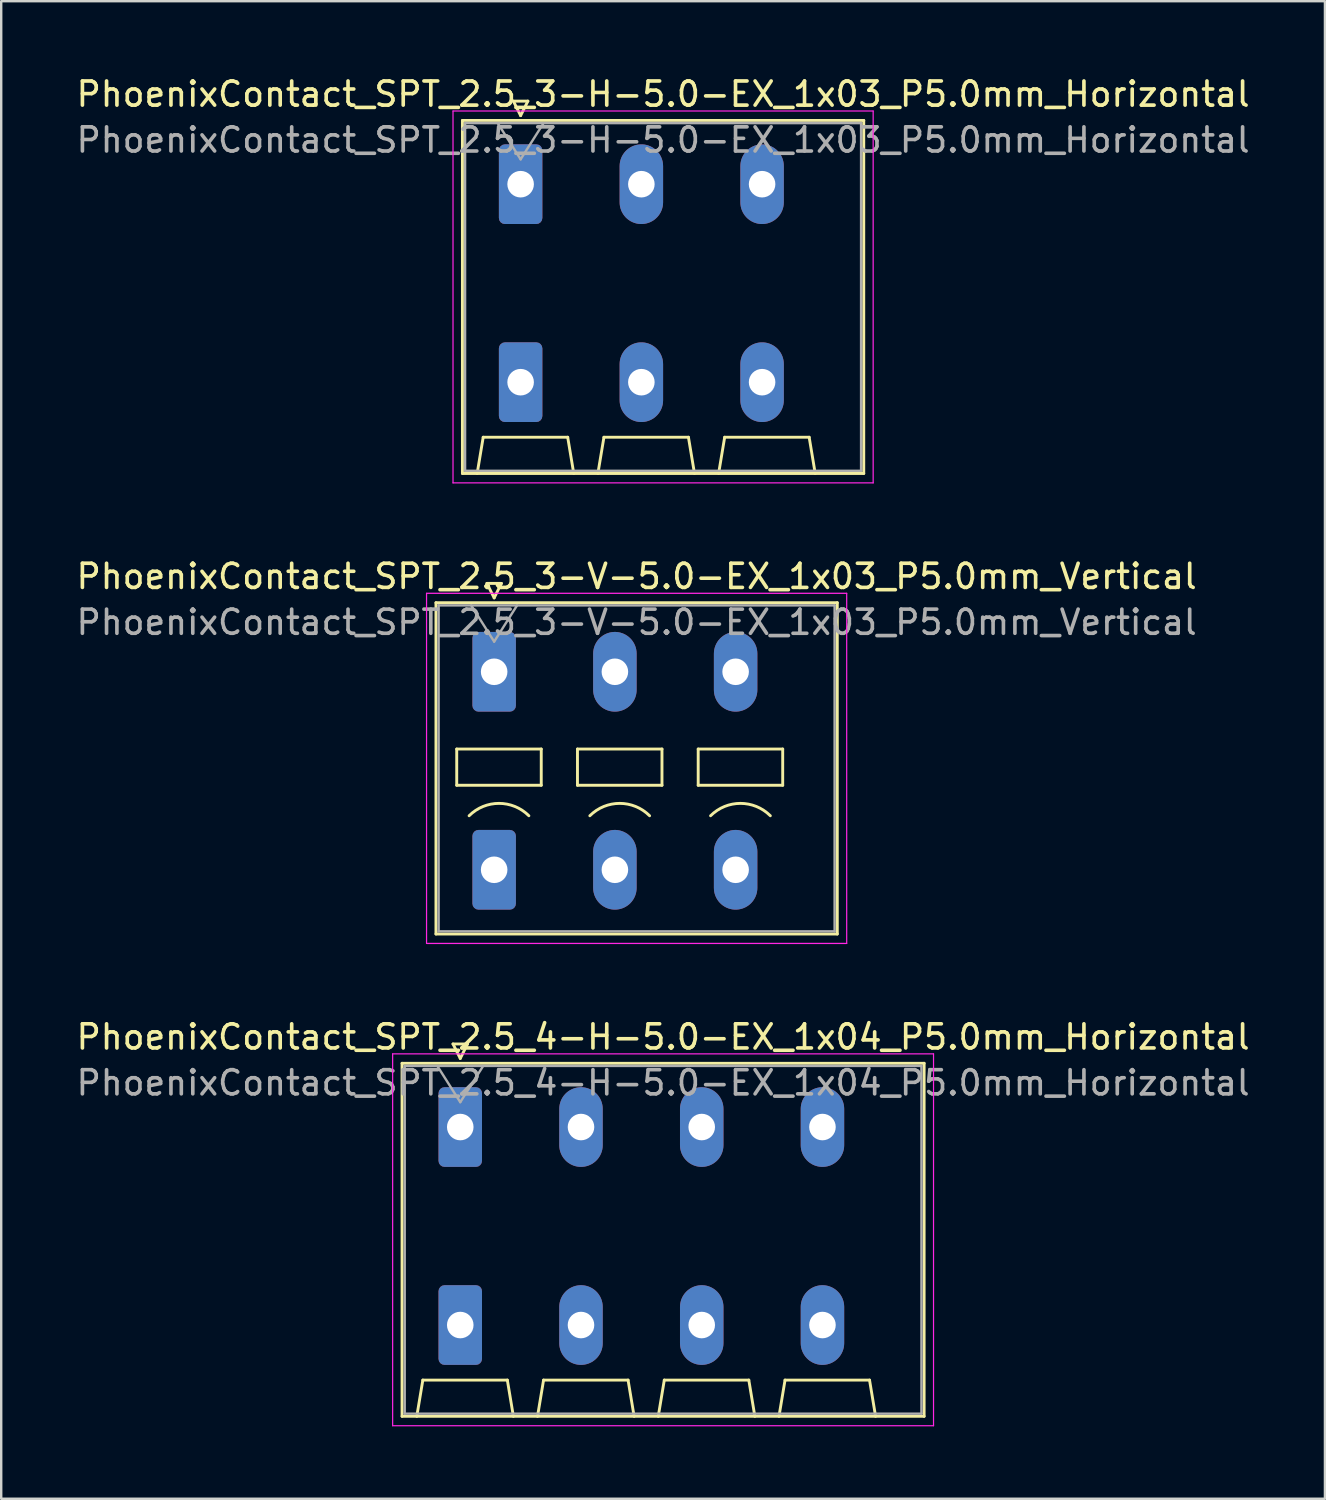
<source format=kicad_pcb>
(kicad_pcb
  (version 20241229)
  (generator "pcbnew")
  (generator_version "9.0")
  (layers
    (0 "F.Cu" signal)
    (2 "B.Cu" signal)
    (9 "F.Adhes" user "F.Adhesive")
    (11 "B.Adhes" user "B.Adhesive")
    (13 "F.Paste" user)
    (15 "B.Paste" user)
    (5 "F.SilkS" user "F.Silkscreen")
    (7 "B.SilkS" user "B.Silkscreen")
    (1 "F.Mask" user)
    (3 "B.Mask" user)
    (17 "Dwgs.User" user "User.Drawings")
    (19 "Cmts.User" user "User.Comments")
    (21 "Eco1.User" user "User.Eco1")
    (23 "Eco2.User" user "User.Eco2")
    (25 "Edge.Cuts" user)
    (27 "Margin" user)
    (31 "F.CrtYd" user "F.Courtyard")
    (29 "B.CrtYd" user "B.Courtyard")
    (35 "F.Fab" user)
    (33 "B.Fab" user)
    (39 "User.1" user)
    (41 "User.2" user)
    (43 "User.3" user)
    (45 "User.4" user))
  (footprint "PhoenixContact_SPT_2.5_4-H-5.0-EX_1x04_P5.0mm_Horizontal"
    (layer "F.Cu")
    (at 16.011 43.625)
    (property "Reference" "PhoenixContact_SPT_2.5_4-H-5.0-EX_1x04_P5.0mm_Horizontal" (at 8.4 -3.73 0) (layer "F.SilkS") (effects (font (size 1 1) (thickness 0.15))))
    (attr through_hole)
    (fp_line (start -2.41 -2.64) (end 19.21 -2.64) (stroke (width 0.12) (type solid)) (layer "F.SilkS"))
    (fp_line (start -2.41 11.98) (end -2.41 -2.64) (stroke (width 0.12) (type solid)) (layer "F.SilkS"))
    (fp_line (start -1.8 11.98) (end -1.55 10.48) (stroke (width 0.12) (type solid)) (layer "F.SilkS"))
    (fp_line (start -1.55 10.48) (end 1.95 10.48) (stroke (width 0.12) (type solid)) (layer "F.SilkS"))
    (fp_line (start -0.3 -3.44) (end 0 -2.84) (stroke (width 0.12) (type solid)) (layer "F.SilkS"))
    (fp_line (start -0.3 -3.44) (end 0.3 -3.44) (stroke (width 0.12) (type solid)) (layer "F.SilkS"))
    (fp_line (start 0.3 -3.44) (end 0 -2.84) (stroke (width 0.12) (type solid)) (layer "F.SilkS"))
    (fp_line (start 2.2 11.98) (end 1.95 10.48) (stroke (width 0.12) (type solid)) (layer "F.SilkS"))
    (fp_line (start 3.2 11.98) (end 3.45 10.48) (stroke (width 0.12) (type solid)) (layer "F.SilkS"))
    (fp_line (start 3.45 10.48) (end 6.95 10.48) (stroke (width 0.12) (type solid)) (layer "F.SilkS"))
    (fp_line (start 7.2 11.98) (end 6.95 10.48) (stroke (width 0.12) (type solid)) (layer "F.SilkS"))
    (fp_line (start 8.2 11.98) (end 8.45 10.48) (stroke (width 0.12) (type solid)) (layer "F.SilkS"))
    (fp_line (start 8.45 10.48) (end 11.95 10.48) (stroke (width 0.12) (type solid)) (layer "F.SilkS"))
    (fp_line (start 12.2 11.98) (end 11.95 10.48) (stroke (width 0.12) (type solid)) (layer "F.SilkS"))
    (fp_line (start 13.2 11.98) (end 13.45 10.48) (stroke (width 0.12) (type solid)) (layer "F.SilkS"))
    (fp_line (start 13.45 10.48) (end 16.95 10.48) (stroke (width 0.12) (type solid)) (layer "F.SilkS"))
    (fp_line (start 17.2 11.98) (end 16.95 10.48) (stroke (width 0.12) (type solid)) (layer "F.SilkS"))
    (fp_line (start 19.21 -2.64) (end 19.21 11.98) (stroke (width 0.12) (type solid)) (layer "F.SilkS"))
    (fp_line (start 19.21 11.98) (end -2.41 11.98) (stroke (width 0.12) (type solid)) (layer "F.SilkS"))
    (fp_line (start -2.8 -3.03) (end -2.8 12.37) (stroke (width 0.05) (type solid)) (layer "F.CrtYd"))
    (fp_line (start -2.8 12.37) (end 19.6 12.37) (stroke (width 0.05) (type solid)) (layer "F.CrtYd"))
    (fp_line (start 19.6 -3.03) (end -2.8 -3.03) (stroke (width 0.05) (type solid)) (layer "F.CrtYd"))
    (fp_line (start 19.6 12.37) (end 19.6 -3.03) (stroke (width 0.05) (type solid)) (layer "F.CrtYd"))
    (fp_line (start -2.3 -2.53) (end -2.3 11.87) (stroke (width 0.1) (type solid)) (layer "F.Fab"))
    (fp_line (start -2.3 11.87) (end 19.1 11.87) (stroke (width 0.1) (type solid)) (layer "F.Fab"))
    (fp_line (start -0.95 -2.53) (end 0 -1.03) (stroke (width 0.1) (type solid)) (layer "F.Fab"))
    (fp_line (start 0.95 -2.53) (end 0 -1.03) (stroke (width 0.1) (type solid)) (layer "F.Fab"))
    (fp_line (start 19.1 -2.53) (end -2.3 -2.53) (stroke (width 0.1) (type solid)) (layer "F.Fab"))
    (fp_line (start 19.1 11.87) (end 19.1 -2.53) (stroke (width 0.1) (type solid)) (layer "F.Fab"))
    (fp_text user "${REFERENCE}" (at 8.4 -1.83 0) (layer "F.Fab") (effects (font (size 1 1) (thickness 0.15))))
    (pad "1" thru_hole roundrect (at 0 0) (size 1.8 3.3) (drill 1.1) (layers "*.Cu" "*.Mask") (roundrect_rratio 0.139))
    (pad "1" thru_hole roundrect (at 0 8.2) (size 1.8 3.3) (drill 1.1) (layers "*.Cu" "*.Mask") (roundrect_rratio 0.139))
    (pad "2" thru_hole oval (at 5 0) (size 1.8 3.3) (drill 1.1) (layers "*.Cu" "*.Mask"))
    (pad "2" thru_hole oval (at 5 8.2) (size 1.8 3.3) (drill 1.1) (layers "*.Cu" "*.Mask"))
    (pad "3" thru_hole oval (at 10 0) (size 1.8 3.3) (drill 1.1) (layers "*.Cu" "*.Mask"))
    (pad "3" thru_hole oval (at 10 8.2) (size 1.8 3.3) (drill 1.1) (layers "*.Cu" "*.Mask"))
    (pad "4" thru_hole oval (at 15 0) (size 1.8 3.3) (drill 1.1) (layers "*.Cu" "*.Mask"))
    (pad "4" thru_hole oval (at 15 8.2) (size 1.8 3.3) (drill 1.1) (layers "*.Cu" "*.Mask")))
  (footprint "PhoenixContact_SPT_2.5_3-H-5.0-EX_1x03_P5.0mm_Horizontal"
    (layer "F.Cu")
    (at 18.511 4.578)
    (property "Reference" "PhoenixContact_SPT_2.5_3-H-5.0-EX_1x03_P5.0mm_Horizontal" (at 5.9 -3.73 0) (layer "F.SilkS") (effects (font (size 1 1) (thickness 0.15))))
    (attr through_hole)
    (fp_line (start -2.41 -2.64) (end 14.21 -2.64) (stroke (width 0.12) (type solid)) (layer "F.SilkS"))
    (fp_line (start -2.41 11.98) (end -2.41 -2.64) (stroke (width 0.12) (type solid)) (layer "F.SilkS"))
    (fp_line (start -1.8 11.98) (end -1.55 10.48) (stroke (width 0.12) (type solid)) (layer "F.SilkS"))
    (fp_line (start -1.55 10.48) (end 1.95 10.48) (stroke (width 0.12) (type solid)) (layer "F.SilkS"))
    (fp_line (start -0.3 -3.44) (end 0 -2.84) (stroke (width 0.12) (type solid)) (layer "F.SilkS"))
    (fp_line (start -0.3 -3.44) (end 0.3 -3.44) (stroke (width 0.12) (type solid)) (layer "F.SilkS"))
    (fp_line (start 0.3 -3.44) (end 0 -2.84) (stroke (width 0.12) (type solid)) (layer "F.SilkS"))
    (fp_line (start 2.2 11.98) (end 1.95 10.48) (stroke (width 0.12) (type solid)) (layer "F.SilkS"))
    (fp_line (start 3.2 11.98) (end 3.45 10.48) (stroke (width 0.12) (type solid)) (layer "F.SilkS"))
    (fp_line (start 3.45 10.48) (end 6.95 10.48) (stroke (width 0.12) (type solid)) (layer "F.SilkS"))
    (fp_line (start 7.2 11.98) (end 6.95 10.48) (stroke (width 0.12) (type solid)) (layer "F.SilkS"))
    (fp_line (start 8.2 11.98) (end 8.45 10.48) (stroke (width 0.12) (type solid)) (layer "F.SilkS"))
    (fp_line (start 8.45 10.48) (end 11.95 10.48) (stroke (width 0.12) (type solid)) (layer "F.SilkS"))
    (fp_line (start 12.2 11.98) (end 11.95 10.48) (stroke (width 0.12) (type solid)) (layer "F.SilkS"))
    (fp_line (start 14.21 -2.64) (end 14.21 11.98) (stroke (width 0.12) (type solid)) (layer "F.SilkS"))
    (fp_line (start 14.21 11.98) (end -2.41 11.98) (stroke (width 0.12) (type solid)) (layer "F.SilkS"))
    (fp_line (start -2.8 -3.03) (end -2.8 12.37) (stroke (width 0.05) (type solid)) (layer "F.CrtYd"))
    (fp_line (start -2.8 12.37) (end 14.6 12.37) (stroke (width 0.05) (type solid)) (layer "F.CrtYd"))
    (fp_line (start 14.6 -3.03) (end -2.8 -3.03) (stroke (width 0.05) (type solid)) (layer "F.CrtYd"))
    (fp_line (start 14.6 12.37) (end 14.6 -3.03) (stroke (width 0.05) (type solid)) (layer "F.CrtYd"))
    (fp_line (start -2.3 -2.53) (end -2.3 11.87) (stroke (width 0.1) (type solid)) (layer "F.Fab"))
    (fp_line (start -2.3 11.87) (end 14.1 11.87) (stroke (width 0.1) (type solid)) (layer "F.Fab"))
    (fp_line (start -0.95 -2.53) (end 0 -1.03) (stroke (width 0.1) (type solid)) (layer "F.Fab"))
    (fp_line (start 0.95 -2.53) (end 0 -1.03) (stroke (width 0.1) (type solid)) (layer "F.Fab"))
    (fp_line (start 14.1 -2.53) (end -2.3 -2.53) (stroke (width 0.1) (type solid)) (layer "F.Fab"))
    (fp_line (start 14.1 11.87) (end 14.1 -2.53) (stroke (width 0.1) (type solid)) (layer "F.Fab"))
    (fp_text user "${REFERENCE}" (at 5.9 -1.83 0) (layer "F.Fab") (effects (font (size 1 1) (thickness 0.15))))
    (pad "1" thru_hole roundrect (at 0 0) (size 1.8 3.3) (drill 1.1) (layers "*.Cu" "*.Mask") (roundrect_rratio 0.139))
    (pad "1" thru_hole roundrect (at 0 8.2) (size 1.8 3.3) (drill 1.1) (layers "*.Cu" "*.Mask") (roundrect_rratio 0.139))
    (pad "2" thru_hole oval (at 5 0) (size 1.8 3.3) (drill 1.1) (layers "*.Cu" "*.Mask"))
    (pad "2" thru_hole oval (at 5 8.2) (size 1.8 3.3) (drill 1.1) (layers "*.Cu" "*.Mask"))
    (pad "3" thru_hole oval (at 10 0) (size 1.8 3.3) (drill 1.1) (layers "*.Cu" "*.Mask"))
    (pad "3" thru_hole oval (at 10 8.2) (size 1.8 3.3) (drill 1.1) (layers "*.Cu" "*.Mask")))
  (footprint "PhoenixContact_SPT_2.5_3-V-5.0-EX_1x03_P5.0mm_Vertical"
    (layer "F.Cu")
    (at 17.415 24.771)
    (property "Reference" "PhoenixContact_SPT_2.5_3-V-5.0-EX_1x03_P5.0mm_Vertical" (at 5.9 -3.95 0) (layer "F.SilkS") (effects (font (size 1 1) (thickness 0.15))))
    (attr through_hole)
    (fp_line (start -2.41 -2.86) (end 14.21 -2.86) (stroke (width 0.12) (type solid)) (layer "F.SilkS"))
    (fp_line (start -2.41 10.86) (end -2.41 -2.86) (stroke (width 0.12) (type solid)) (layer "F.SilkS"))
    (fp_line (start -1.55 3.2) (end -1.55 4.7) (stroke (width 0.12) (type solid)) (layer "F.SilkS"))
    (fp_line (start -1.55 4.7) (end 1.95 4.7) (stroke (width 0.12) (type solid)) (layer "F.SilkS"))
    (fp_line (start -0.3 -3.66) (end 0 -3.06) (stroke (width 0.12) (type solid)) (layer "F.SilkS"))
    (fp_line (start -0.3 -3.66) (end 0.3 -3.66) (stroke (width 0.12) (type solid)) (layer "F.SilkS"))
    (fp_line (start 0.3 -3.66) (end 0 -3.06) (stroke (width 0.12) (type solid)) (layer "F.SilkS"))
    (fp_line (start 1.95 3.2) (end -1.55 3.2) (stroke (width 0.12) (type solid)) (layer "F.SilkS"))
    (fp_line (start 1.95 4.7) (end 1.95 3.2) (stroke (width 0.12) (type solid)) (layer "F.SilkS"))
    (fp_line (start 3.45 3.2) (end 3.45 4.7) (stroke (width 0.12) (type solid)) (layer "F.SilkS"))
    (fp_line (start 3.45 4.7) (end 6.95 4.7) (stroke (width 0.12) (type solid)) (layer "F.SilkS"))
    (fp_line (start 6.95 3.2) (end 3.45 3.2) (stroke (width 0.12) (type solid)) (layer "F.SilkS"))
    (fp_line (start 6.95 4.7) (end 6.95 3.2) (stroke (width 0.12) (type solid)) (layer "F.SilkS"))
    (fp_line (start 8.45 3.2) (end 8.45 4.7) (stroke (width 0.12) (type solid)) (layer "F.SilkS"))
    (fp_line (start 8.45 4.7) (end 11.95 4.7) (stroke (width 0.12) (type solid)) (layer "F.SilkS"))
    (fp_line (start 11.95 3.2) (end 8.45 3.2) (stroke (width 0.12) (type solid)) (layer "F.SilkS"))
    (fp_line (start 11.95 4.7) (end 11.95 3.2) (stroke (width 0.12) (type solid)) (layer "F.SilkS"))
    (fp_line (start 14.21 -2.86) (end 14.21 10.86) (stroke (width 0.12) (type solid)) (layer "F.SilkS"))
    (fp_line (start 14.21 10.86) (end -2.41 10.86) (stroke (width 0.12) (type solid)) (layer "F.SilkS"))
    (fp_arc (start -1.037437 5.962563) (mid 0.2 5.45) (end 1.437437 5.962563) (stroke (width 0.12) (type solid)) (layer "F.SilkS"))
    (fp_arc (start 3.962563 5.962563) (mid 5.2 5.45) (end 6.437437 5.962563) (stroke (width 0.12) (type solid)) (layer "F.SilkS"))
    (fp_arc (start 8.962563 5.962563) (mid 10.2 5.45) (end 11.437437 5.962563) (stroke (width 0.12) (type solid)) (layer "F.SilkS"))
    (fp_line (start -2.8 -3.25) (end -2.8 11.25) (stroke (width 0.05) (type solid)) (layer "F.CrtYd"))
    (fp_line (start -2.8 11.25) (end 14.6 11.25) (stroke (width 0.05) (type solid)) (layer "F.CrtYd"))
    (fp_line (start 14.6 -3.25) (end -2.8 -3.25) (stroke (width 0.05) (type solid)) (layer "F.CrtYd"))
    (fp_line (start 14.6 11.25) (end 14.6 -3.25) (stroke (width 0.05) (type solid)) (layer "F.CrtYd"))
    (fp_line (start -2.3 -2.75) (end -2.3 10.75) (stroke (width 0.1) (type solid)) (layer "F.Fab"))
    (fp_line (start -2.3 10.75) (end 14.1 10.75) (stroke (width 0.1) (type solid)) (layer "F.Fab"))
    (fp_line (start -0.95 -2.75) (end 0 -1.25) (stroke (width 0.1) (type solid)) (layer "F.Fab"))
    (fp_line (start 0.95 -2.75) (end 0 -1.25) (stroke (width 0.1) (type solid)) (layer "F.Fab"))
    (fp_line (start 14.1 -2.75) (end -2.3 -2.75) (stroke (width 0.1) (type solid)) (layer "F.Fab"))
    (fp_line (start 14.1 10.75) (end 14.1 -2.75) (stroke (width 0.1) (type solid)) (layer "F.Fab"))
    (fp_text user "${REFERENCE}" (at 5.9 -2.05 0) (layer "F.Fab") (effects (font (size 1 1) (thickness 0.15))))
    (pad "1" thru_hole roundrect (at 0 0) (size 1.8 3.3) (drill 1.1) (layers "*.Cu" "*.Mask") (roundrect_rratio 0.139))
    (pad "1" thru_hole roundrect (at 0 8.2) (size 1.8 3.3) (drill 1.1) (layers "*.Cu" "*.Mask") (roundrect_rratio 0.139))
    (pad "2" thru_hole oval (at 5 0) (size 1.8 3.3) (drill 1.1) (layers "*.Cu" "*.Mask"))
    (pad "2" thru_hole oval (at 5 8.2) (size 1.8 3.3) (drill 1.1) (layers "*.Cu" "*.Mask"))
    (pad "3" thru_hole oval (at 10 0) (size 1.8 3.3) (drill 1.1) (layers "*.Cu" "*.Mask"))
    (pad "3" thru_hole oval (at 10 8.2) (size 1.8 3.3) (drill 1.1) (layers "*.Cu" "*.Mask")))
  (gr_rect
    (start -3 -3)
    (end 51.821 59.02)
    (stroke (width 0.1) (type default))
    (fill no)
    (layer "Edge.Cuts")))
</source>
